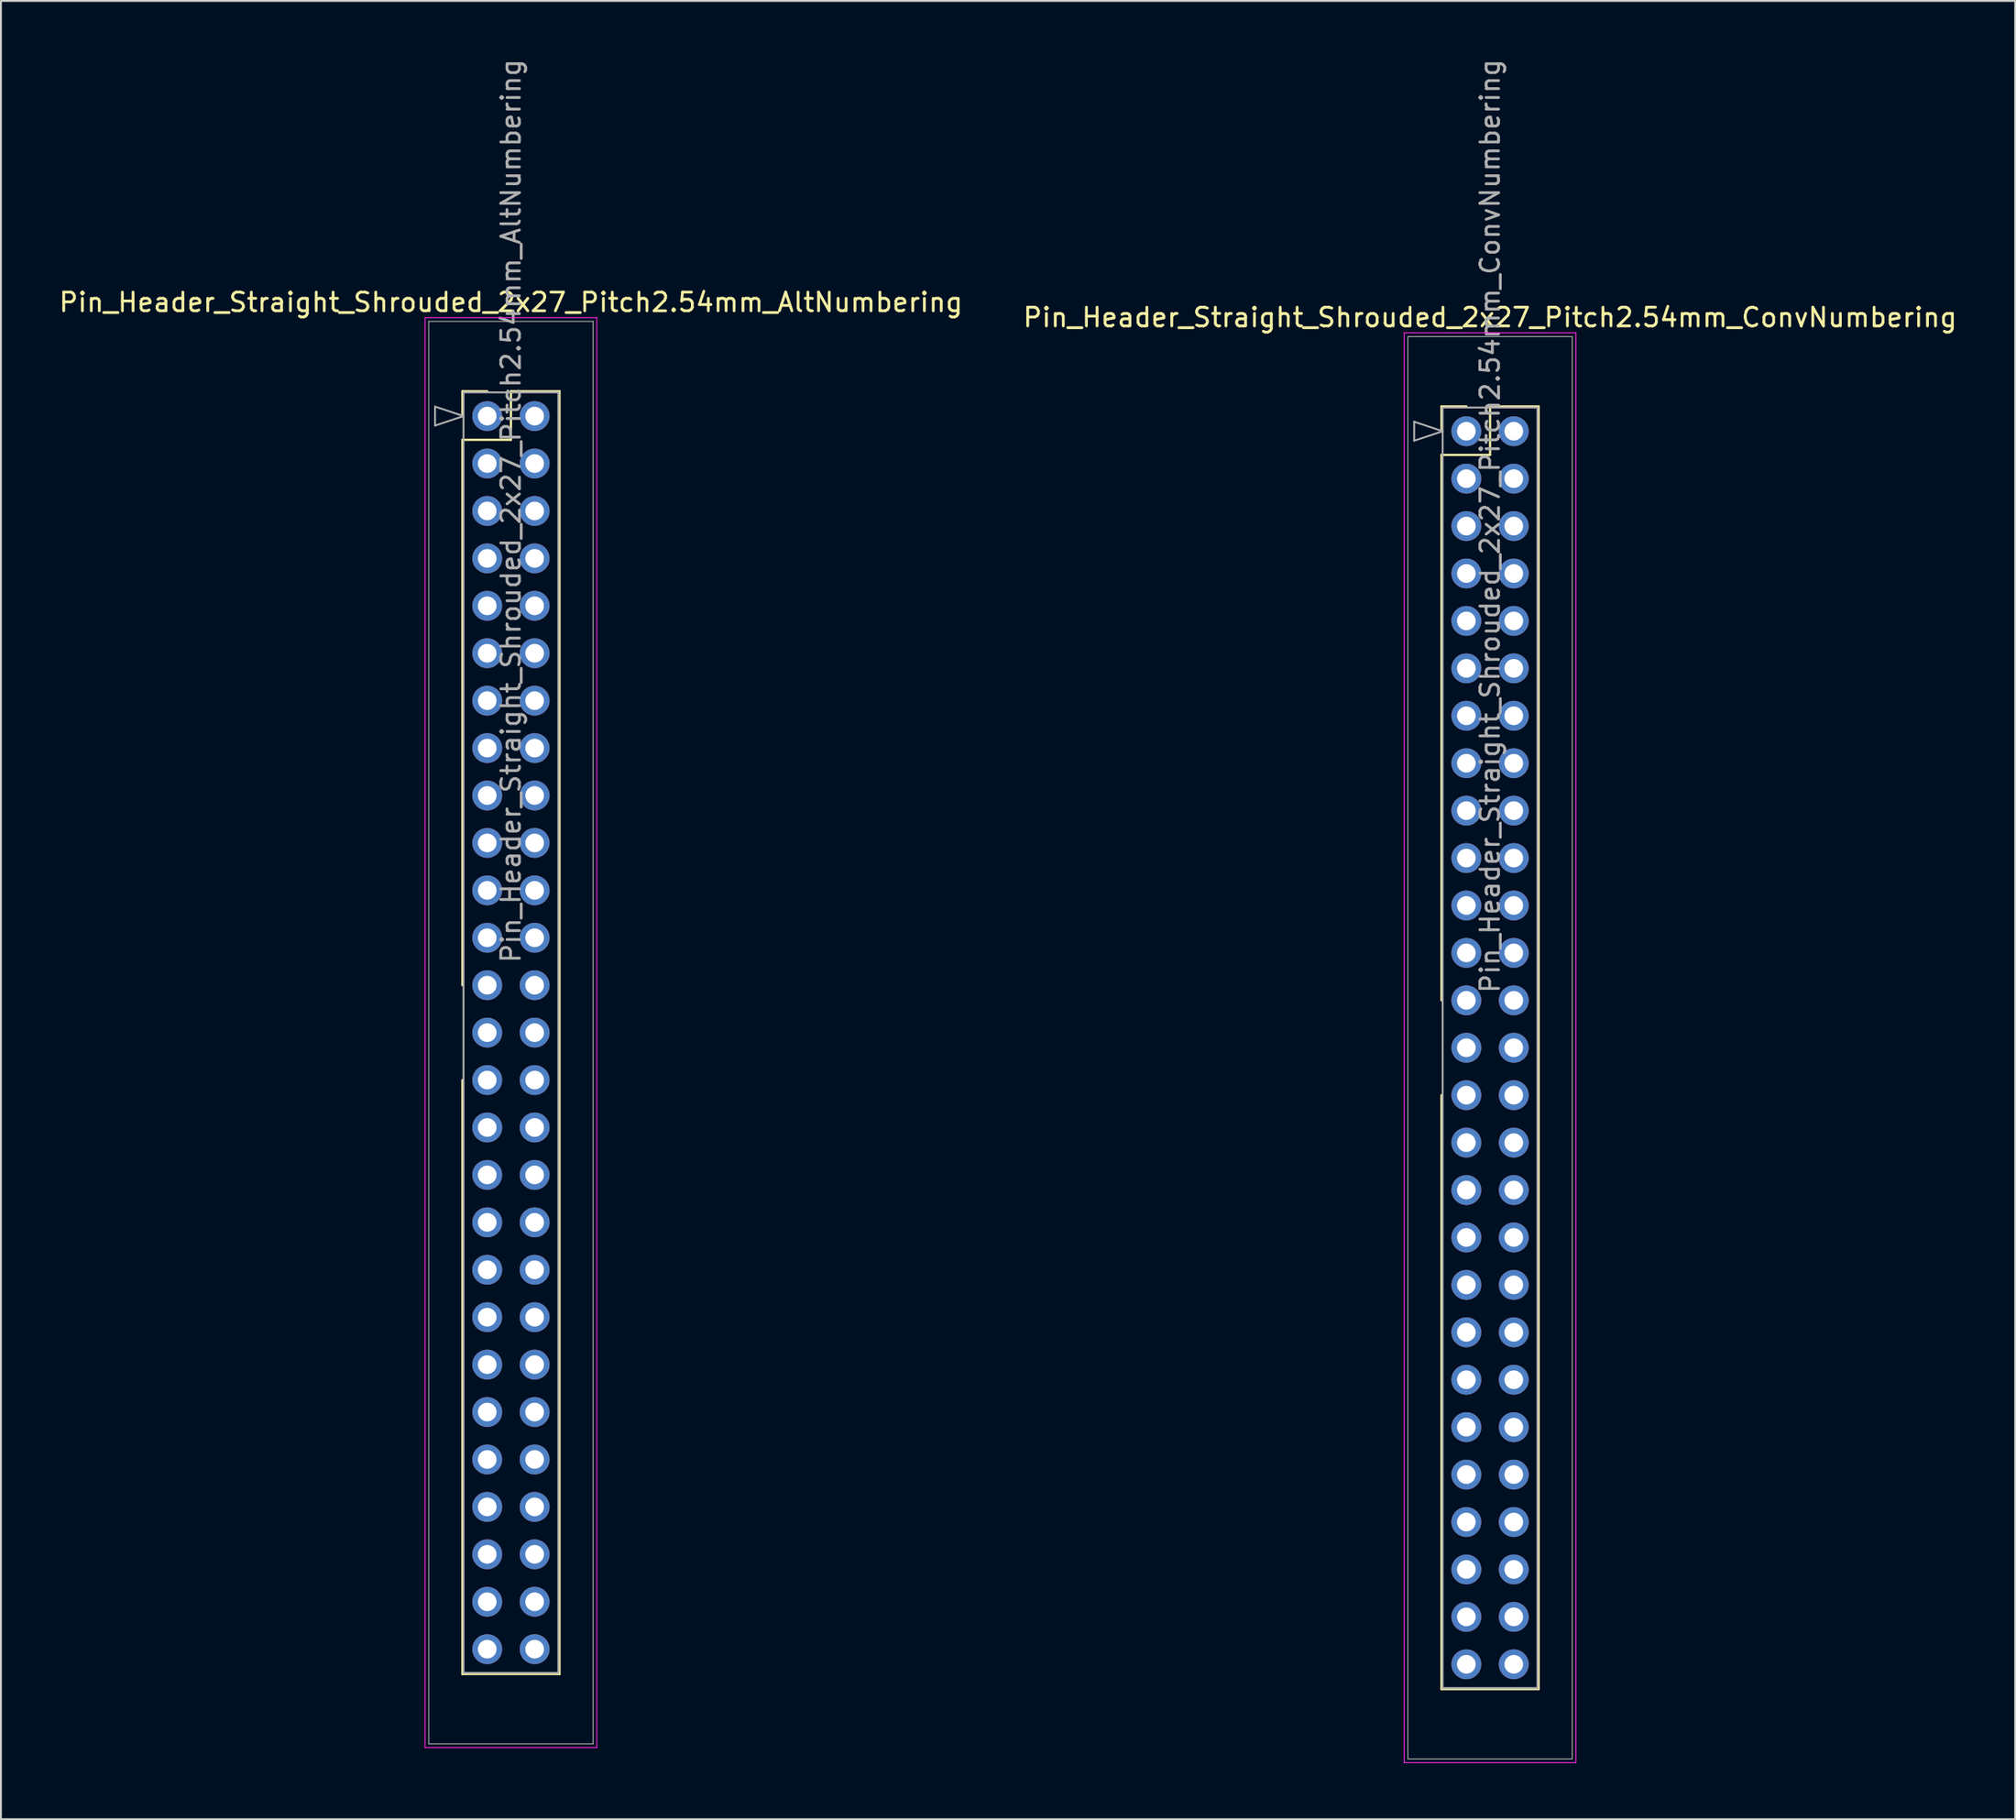
<source format=kicad_pcb>
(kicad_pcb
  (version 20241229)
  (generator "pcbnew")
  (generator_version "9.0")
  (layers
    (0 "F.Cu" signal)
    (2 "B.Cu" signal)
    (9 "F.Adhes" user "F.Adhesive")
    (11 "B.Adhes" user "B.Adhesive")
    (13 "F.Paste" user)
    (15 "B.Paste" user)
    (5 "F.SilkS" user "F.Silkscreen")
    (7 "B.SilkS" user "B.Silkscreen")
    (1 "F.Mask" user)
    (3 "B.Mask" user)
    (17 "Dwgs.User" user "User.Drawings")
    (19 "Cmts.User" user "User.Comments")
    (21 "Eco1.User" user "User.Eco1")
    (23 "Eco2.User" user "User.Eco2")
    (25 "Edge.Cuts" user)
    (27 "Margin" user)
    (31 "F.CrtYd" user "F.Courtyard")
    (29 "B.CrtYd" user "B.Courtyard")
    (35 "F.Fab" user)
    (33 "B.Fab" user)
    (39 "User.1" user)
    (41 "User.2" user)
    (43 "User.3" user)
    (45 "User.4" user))
  (footprint "Pin_Header_Straight_Shrouded_2x27_Pitch2.54mm_ConvNumbering"
    (layer "F.Cu")
    (at 75.486 20.045)
    (property "Reference" "Pin_Header_Straight_Shrouded_2x27_Pitch2.54mm_ConvNumbering" (at 1.27 -6.096 0) (layer "F.SilkS") (effects (font (size 1 1) (thickness 0.15))))
    (attr through_hole)
    (fp_line (start -1.33 -1.33) (end 0 -1.33) (stroke (width 0.12) (type solid)) (layer "F.SilkS"))
    (fp_line (start -1.33 0) (end -1.33 -1.33) (stroke (width 0.12) (type solid)) (layer "F.SilkS"))
    (fp_line (start -1.33 1.27) (end -1.33 30.48) (stroke (width 0.12) (type solid)) (layer "F.SilkS"))
    (fp_line (start -1.33 1.27) (end 1.27 1.27) (stroke (width 0.12) (type solid)) (layer "F.SilkS"))
    (fp_line (start -1.33 35.56) (end -1.33 67.37) (stroke (width 0.12) (type solid)) (layer "F.SilkS"))
    (fp_line (start -1.33 67.37) (end 3.87 67.37) (stroke (width 0.12) (type solid)) (layer "F.SilkS"))
    (fp_line (start 1.27 -1.33) (end 3.87 -1.33) (stroke (width 0.12) (type solid)) (layer "F.SilkS"))
    (fp_line (start 1.27 1.27) (end 1.27 -1.33) (stroke (width 0.12) (type solid)) (layer "F.SilkS"))
    (fp_line (start 3.87 -1.33) (end 3.87 67.37) (stroke (width 0.12) (type solid)) (layer "F.SilkS"))
    (fp_line (start -3.33 -5.27) (end -3.33 71.31) (stroke (width 0.05) (type solid)) (layer "F.CrtYd"))
    (fp_line (start -3.33 71.31) (end 5.87 71.31) (stroke (width 0.05) (type solid)) (layer "F.CrtYd"))
    (fp_line (start 5.87 -5.27) (end -3.33 -5.27) (stroke (width 0.05) (type solid)) (layer "F.CrtYd"))
    (fp_line (start 5.87 71.31) (end 5.87 -5.27) (stroke (width 0.05) (type solid)) (layer "F.CrtYd"))
    (fp_line (start -3.13 -5.07) (end -3.13 71.11) (stroke (width 0.05) (type solid)) (layer "F.Fab"))
    (fp_line (start -3.13 71.11) (end 5.67 71.11) (stroke (width 0.05) (type solid)) (layer "F.Fab"))
    (fp_line (start -2.794 -0.508) (end -1.27 0) (stroke (width 0.1) (type solid)) (layer "F.Fab"))
    (fp_line (start -2.794 0.508) (end -2.794 -0.508) (stroke (width 0.1) (type solid)) (layer "F.Fab"))
    (fp_line (start -1.27 -1.27) (end -1.27 67.31) (stroke (width 0.1) (type solid)) (layer "F.Fab"))
    (fp_line (start -1.27 0) (end -2.794 0.508) (stroke (width 0.1) (type solid)) (layer "F.Fab"))
    (fp_line (start -1.27 67.31) (end 3.81 67.31) (stroke (width 0.1) (type solid)) (layer "F.Fab"))
    (fp_line (start 3.81 -1.27) (end -1.27 -1.27) (stroke (width 0.1) (type solid)) (layer "F.Fab"))
    (fp_line (start 3.81 67.31) (end 3.81 -1.27) (stroke (width 0.1) (type solid)) (layer "F.Fab"))
    (fp_line (start 5.67 -5.07) (end -3.13 -5.07) (stroke (width 0.05) (type solid)) (layer "F.Fab"))
    (fp_line (start 5.67 71.11) (end 5.67 -5.07) (stroke (width 0.05) (type solid)) (layer "F.Fab"))
    (fp_text user "${REFERENCE}" (at 1.27 5.08 90) (layer "F.Fab") (effects (font (size 1 1) (thickness 0.15))))
    (pad "1" thru_hole oval (at 0 0) (size 1.6 1.6) (drill 1) (layers "*.Cu" "*.Mask"))
    (pad "2" thru_hole oval (at 2.54 0) (size 1.6 1.6) (drill 1) (layers "*.Cu" "*.Mask"))
    (pad "3" thru_hole oval (at 0 2.54) (size 1.6 1.6) (drill 1) (layers "*.Cu" "*.Mask"))
    (pad "4" thru_hole oval (at 2.54 2.54) (size 1.6 1.6) (drill 1) (layers "*.Cu" "*.Mask"))
    (pad "5" thru_hole oval (at 0 5.08) (size 1.6 1.6) (drill 1) (layers "*.Cu" "*.Mask"))
    (pad "6" thru_hole oval (at 2.54 5.08) (size 1.6 1.6) (drill 1) (layers "*.Cu" "*.Mask"))
    (pad "7" thru_hole oval (at 0 7.62) (size 1.6 1.6) (drill 1) (layers "*.Cu" "*.Mask"))
    (pad "8" thru_hole oval (at 2.54 7.62) (size 1.6 1.6) (drill 1) (layers "*.Cu" "*.Mask"))
    (pad "9" thru_hole oval (at 0 10.16) (size 1.6 1.6) (drill 1) (layers "*.Cu" "*.Mask"))
    (pad "10" thru_hole oval (at 2.54 10.16) (size 1.6 1.6) (drill 1) (layers "*.Cu" "*.Mask"))
    (pad "11" thru_hole oval (at 0 12.7) (size 1.6 1.6) (drill 1) (layers "*.Cu" "*.Mask"))
    (pad "12" thru_hole oval (at 2.54 12.7) (size 1.6 1.6) (drill 1) (layers "*.Cu" "*.Mask"))
    (pad "13" thru_hole oval (at 0 15.24) (size 1.6 1.6) (drill 1) (layers "*.Cu" "*.Mask"))
    (pad "14" thru_hole oval (at 2.54 15.24) (size 1.6 1.6) (drill 1) (layers "*.Cu" "*.Mask"))
    (pad "15" thru_hole oval (at 0 17.78) (size 1.6 1.6) (drill 1) (layers "*.Cu" "*.Mask"))
    (pad "16" thru_hole oval (at 2.54 17.78) (size 1.6 1.6) (drill 1) (layers "*.Cu" "*.Mask"))
    (pad "17" thru_hole oval (at 0 20.32) (size 1.6 1.6) (drill 1) (layers "*.Cu" "*.Mask"))
    (pad "18" thru_hole oval (at 2.54 20.32) (size 1.6 1.6) (drill 1) (layers "*.Cu" "*.Mask"))
    (pad "19" thru_hole oval (at 0 22.86) (size 1.6 1.6) (drill 1) (layers "*.Cu" "*.Mask"))
    (pad "20" thru_hole oval (at 2.54 22.86) (size 1.6 1.6) (drill 1) (layers "*.Cu" "*.Mask"))
    (pad "21" thru_hole oval (at 0 25.4) (size 1.6 1.6) (drill 1) (layers "*.Cu" "*.Mask"))
    (pad "22" thru_hole oval (at 2.54 25.4) (size 1.6 1.6) (drill 1) (layers "*.Cu" "*.Mask"))
    (pad "23" thru_hole oval (at 0 27.94) (size 1.6 1.6) (drill 1) (layers "*.Cu" "*.Mask"))
    (pad "24" thru_hole oval (at 2.54 27.94) (size 1.6 1.6) (drill 1) (layers "*.Cu" "*.Mask"))
    (pad "25" thru_hole oval (at 0 30.48) (size 1.6 1.6) (drill 1) (layers "*.Cu" "*.Mask"))
    (pad "26" thru_hole oval (at 2.54 30.48) (size 1.6 1.6) (drill 1) (layers "*.Cu" "*.Mask"))
    (pad "27" thru_hole oval (at 0 33.02) (size 1.6 1.6) (drill 1) (layers "*.Cu" "*.Mask"))
    (pad "28" thru_hole oval (at 2.54 33.02) (size 1.6 1.6) (drill 1) (layers "*.Cu" "*.Mask"))
    (pad "29" thru_hole oval (at 0 35.56) (size 1.6 1.6) (drill 1) (layers "*.Cu" "*.Mask"))
    (pad "30" thru_hole oval (at 2.54 35.56) (size 1.6 1.6) (drill 1) (layers "*.Cu" "*.Mask"))
    (pad "31" thru_hole oval (at 0 38.1) (size 1.6 1.6) (drill 1) (layers "*.Cu" "*.Mask"))
    (pad "32" thru_hole oval (at 2.54 38.1) (size 1.6 1.6) (drill 1) (layers "*.Cu" "*.Mask"))
    (pad "33" thru_hole oval (at 0 40.64) (size 1.6 1.6) (drill 1) (layers "*.Cu" "*.Mask"))
    (pad "34" thru_hole oval (at 2.54 40.64) (size 1.6 1.6) (drill 1) (layers "*.Cu" "*.Mask"))
    (pad "35" thru_hole oval (at 0 43.18) (size 1.6 1.6) (drill 1) (layers "*.Cu" "*.Mask"))
    (pad "36" thru_hole oval (at 2.54 43.18) (size 1.6 1.6) (drill 1) (layers "*.Cu" "*.Mask"))
    (pad "37" thru_hole oval (at 0 45.72) (size 1.6 1.6) (drill 1) (layers "*.Cu" "*.Mask"))
    (pad "38" thru_hole oval (at 2.54 45.72) (size 1.6 1.6) (drill 1) (layers "*.Cu" "*.Mask"))
    (pad "39" thru_hole oval (at 0 48.26) (size 1.6 1.6) (drill 1) (layers "*.Cu" "*.Mask"))
    (pad "40" thru_hole oval (at 2.54 48.26) (size 1.6 1.6) (drill 1) (layers "*.Cu" "*.Mask"))
    (pad "41" thru_hole oval (at 0 50.8) (size 1.6 1.6) (drill 1) (layers "*.Cu" "*.Mask"))
    (pad "42" thru_hole oval (at 2.54 50.8) (size 1.6 1.6) (drill 1) (layers "*.Cu" "*.Mask"))
    (pad "43" thru_hole oval (at 0 53.34) (size 1.6 1.6) (drill 1) (layers "*.Cu" "*.Mask"))
    (pad "44" thru_hole oval (at 2.54 53.34) (size 1.6 1.6) (drill 1) (layers "*.Cu" "*.Mask"))
    (pad "45" thru_hole oval (at 0 55.88) (size 1.6 1.6) (drill 1) (layers "*.Cu" "*.Mask"))
    (pad "46" thru_hole oval (at 2.54 55.88) (size 1.6 1.6) (drill 1) (layers "*.Cu" "*.Mask"))
    (pad "47" thru_hole oval (at 0 58.42) (size 1.6 1.6) (drill 1) (layers "*.Cu" "*.Mask"))
    (pad "48" thru_hole oval (at 2.54 58.42) (size 1.6 1.6) (drill 1) (layers "*.Cu" "*.Mask"))
    (pad "49" thru_hole oval (at 0 60.96) (size 1.6 1.6) (drill 1) (layers "*.Cu" "*.Mask"))
    (pad "50" thru_hole oval (at 2.54 60.96) (size 1.6 1.6) (drill 1) (layers "*.Cu" "*.Mask"))
    (pad "51" thru_hole oval (at 0 63.5) (size 1.6 1.6) (drill 1) (layers "*.Cu" "*.Mask"))
    (pad "52" thru_hole oval (at 2.54 63.5) (size 1.6 1.6) (drill 1) (layers "*.Cu" "*.Mask"))
    (pad "53" thru_hole oval (at 0 66.04) (size 1.6 1.6) (drill 1) (layers "*.Cu" "*.Mask"))
    (pad "54" thru_hole oval (at 2.54 66.04) (size 1.6 1.6) (drill 1) (layers "*.Cu" "*.Mask")))
  (footprint "Pin_Header_Straight_Shrouded_2x27_Pitch2.54mm_AltNumbering"
    (layer "F.Cu")
    (at 23.045 19.235)
    (property "Reference" "Pin_Header_Straight_Shrouded_2x27_Pitch2.54mm_AltNumbering" (at 1.27 -6.096 0) (layer "F.SilkS") (effects (font (size 1 1) (thickness 0.15))))
    (attr through_hole)
    (fp_line (start -1.33 -1.33) (end 0 -1.33) (stroke (width 0.12) (type solid)) (layer "F.SilkS"))
    (fp_line (start -1.33 0) (end -1.33 -1.33) (stroke (width 0.12) (type solid)) (layer "F.SilkS"))
    (fp_line (start -1.33 1.27) (end -1.33 30.48) (stroke (width 0.12) (type solid)) (layer "F.SilkS"))
    (fp_line (start -1.33 1.27) (end 1.27 1.27) (stroke (width 0.12) (type solid)) (layer "F.SilkS"))
    (fp_line (start -1.33 35.56) (end -1.33 67.37) (stroke (width 0.12) (type solid)) (layer "F.SilkS"))
    (fp_line (start -1.33 67.37) (end 3.87 67.37) (stroke (width 0.12) (type solid)) (layer "F.SilkS"))
    (fp_line (start 1.27 -1.33) (end 3.87 -1.33) (stroke (width 0.12) (type solid)) (layer "F.SilkS"))
    (fp_line (start 1.27 1.27) (end 1.27 -1.33) (stroke (width 0.12) (type solid)) (layer "F.SilkS"))
    (fp_line (start 3.87 -1.33) (end 3.87 67.37) (stroke (width 0.12) (type solid)) (layer "F.SilkS"))
    (fp_line (start -3.33 -5.27) (end -3.33 71.31) (stroke (width 0.05) (type solid)) (layer "F.CrtYd"))
    (fp_line (start -3.33 71.31) (end 5.87 71.31) (stroke (width 0.05) (type solid)) (layer "F.CrtYd"))
    (fp_line (start 5.87 -5.27) (end -3.33 -5.27) (stroke (width 0.05) (type solid)) (layer "F.CrtYd"))
    (fp_line (start 5.87 71.31) (end 5.87 -5.27) (stroke (width 0.05) (type solid)) (layer "F.CrtYd"))
    (fp_line (start -3.13 -5.07) (end -3.13 71.11) (stroke (width 0.05) (type solid)) (layer "F.Fab"))
    (fp_line (start -3.13 71.11) (end 5.67 71.11) (stroke (width 0.05) (type solid)) (layer "F.Fab"))
    (fp_line (start -2.794 -0.508) (end -1.27 0) (stroke (width 0.1) (type solid)) (layer "F.Fab"))
    (fp_line (start -2.794 0.508) (end -2.794 -0.508) (stroke (width 0.1) (type solid)) (layer "F.Fab"))
    (fp_line (start -1.27 -1.27) (end -1.27 67.31) (stroke (width 0.1) (type solid)) (layer "F.Fab"))
    (fp_line (start -1.27 0) (end -2.794 0.508) (stroke (width 0.1) (type solid)) (layer "F.Fab"))
    (fp_line (start -1.27 67.31) (end 3.81 67.31) (stroke (width 0.1) (type solid)) (layer "F.Fab"))
    (fp_line (start 3.81 -1.27) (end -1.27 -1.27) (stroke (width 0.1) (type solid)) (layer "F.Fab"))
    (fp_line (start 3.81 67.31) (end 3.81 -1.27) (stroke (width 0.1) (type solid)) (layer "F.Fab"))
    (fp_line (start 5.67 -5.07) (end -3.13 -5.07) (stroke (width 0.05) (type solid)) (layer "F.Fab"))
    (fp_line (start 5.67 71.11) (end 5.67 -5.07) (stroke (width 0.05) (type solid)) (layer "F.Fab"))
    (fp_text user "${REFERENCE}" (at 1.27 5.08 90) (layer "F.Fab") (effects (font (size 1 1) (thickness 0.15))))
    (pad "1" thru_hole oval (at 0 0) (size 1.6 1.6) (drill 1) (layers "*.Cu" "*.Mask"))
    (pad "2" thru_hole oval (at 0 2.54) (size 1.6 1.6) (drill 1) (layers "*.Cu" "*.Mask"))
    (pad "3" thru_hole oval (at 0 5.08) (size 1.6 1.6) (drill 1) (layers "*.Cu" "*.Mask"))
    (pad "4" thru_hole oval (at 0 7.62) (size 1.6 1.6) (drill 1) (layers "*.Cu" "*.Mask"))
    (pad "5" thru_hole oval (at 0 10.16) (size 1.6 1.6) (drill 1) (layers "*.Cu" "*.Mask"))
    (pad "6" thru_hole oval (at 0 12.7) (size 1.6 1.6) (drill 1) (layers "*.Cu" "*.Mask"))
    (pad "7" thru_hole oval (at 0 15.24) (size 1.6 1.6) (drill 1) (layers "*.Cu" "*.Mask"))
    (pad "8" thru_hole oval (at 0 17.78) (size 1.6 1.6) (drill 1) (layers "*.Cu" "*.Mask"))
    (pad "9" thru_hole oval (at 0 20.32) (size 1.6 1.6) (drill 1) (layers "*.Cu" "*.Mask"))
    (pad "10" thru_hole oval (at 0 22.86) (size 1.6 1.6) (drill 1) (layers "*.Cu" "*.Mask"))
    (pad "11" thru_hole oval (at 0 25.4) (size 1.6 1.6) (drill 1) (layers "*.Cu" "*.Mask"))
    (pad "12" thru_hole oval (at 0 27.94) (size 1.6 1.6) (drill 1) (layers "*.Cu" "*.Mask"))
    (pad "13" thru_hole oval (at 0 30.48) (size 1.6 1.6) (drill 1) (layers "*.Cu" "*.Mask"))
    (pad "14" thru_hole oval (at 0 33.02) (size 1.6 1.6) (drill 1) (layers "*.Cu" "*.Mask"))
    (pad "15" thru_hole oval (at 0 35.56) (size 1.6 1.6) (drill 1) (layers "*.Cu" "*.Mask"))
    (pad "16" thru_hole oval (at 0 38.1) (size 1.6 1.6) (drill 1) (layers "*.Cu" "*.Mask"))
    (pad "17" thru_hole oval (at 0 40.64) (size 1.6 1.6) (drill 1) (layers "*.Cu" "*.Mask"))
    (pad "18" thru_hole oval (at 0 43.18) (size 1.6 1.6) (drill 1) (layers "*.Cu" "*.Mask"))
    (pad "19" thru_hole oval (at 0 45.72) (size 1.6 1.6) (drill 1) (layers "*.Cu" "*.Mask"))
    (pad "20" thru_hole oval (at 0 48.26) (size 1.6 1.6) (drill 1) (layers "*.Cu" "*.Mask"))
    (pad "21" thru_hole oval (at 0 50.8) (size 1.6 1.6) (drill 1) (layers "*.Cu" "*.Mask"))
    (pad "22" thru_hole oval (at 0 53.34) (size 1.6 1.6) (drill 1) (layers "*.Cu" "*.Mask"))
    (pad "23" thru_hole oval (at 0 55.88) (size 1.6 1.6) (drill 1) (layers "*.Cu" "*.Mask"))
    (pad "24" thru_hole oval (at 0 58.42) (size 1.6 1.6) (drill 1) (layers "*.Cu" "*.Mask"))
    (pad "25" thru_hole oval (at 0 60.96) (size 1.6 1.6) (drill 1) (layers "*.Cu" "*.Mask"))
    (pad "26" thru_hole oval (at 0 63.5) (size 1.6 1.6) (drill 1) (layers "*.Cu" "*.Mask"))
    (pad "27" thru_hole oval (at 0 66.04) (size 1.6 1.6) (drill 1) (layers "*.Cu" "*.Mask"))
    (pad "28" thru_hole oval (at 2.54 0) (size 1.6 1.6) (drill 1) (layers "*.Cu" "*.Mask"))
    (pad "29" thru_hole oval (at 2.54 2.54) (size 1.6 1.6) (drill 1) (layers "*.Cu" "*.Mask"))
    (pad "30" thru_hole oval (at 2.54 5.08) (size 1.6 1.6) (drill 1) (layers "*.Cu" "*.Mask"))
    (pad "31" thru_hole oval (at 2.54 7.62) (size 1.6 1.6) (drill 1) (layers "*.Cu" "*.Mask"))
    (pad "32" thru_hole oval (at 2.54 10.16) (size 1.6 1.6) (drill 1) (layers "*.Cu" "*.Mask"))
    (pad "33" thru_hole oval (at 2.54 12.7) (size 1.6 1.6) (drill 1) (layers "*.Cu" "*.Mask"))
    (pad "34" thru_hole oval (at 2.54 15.24) (size 1.6 1.6) (drill 1) (layers "*.Cu" "*.Mask"))
    (pad "35" thru_hole oval (at 2.54 17.78) (size 1.6 1.6) (drill 1) (layers "*.Cu" "*.Mask"))
    (pad "36" thru_hole oval (at 2.54 20.32) (size 1.6 1.6) (drill 1) (layers "*.Cu" "*.Mask"))
    (pad "37" thru_hole oval (at 2.54 22.86) (size 1.6 1.6) (drill 1) (layers "*.Cu" "*.Mask"))
    (pad "38" thru_hole oval (at 2.54 25.4) (size 1.6 1.6) (drill 1) (layers "*.Cu" "*.Mask"))
    (pad "39" thru_hole oval (at 2.54 27.94) (size 1.6 1.6) (drill 1) (layers "*.Cu" "*.Mask"))
    (pad "40" thru_hole oval (at 2.54 30.48) (size 1.6 1.6) (drill 1) (layers "*.Cu" "*.Mask"))
    (pad "41" thru_hole oval (at 2.54 33.02) (size 1.6 1.6) (drill 1) (layers "*.Cu" "*.Mask"))
    (pad "42" thru_hole oval (at 2.54 35.56) (size 1.6 1.6) (drill 1) (layers "*.Cu" "*.Mask"))
    (pad "43" thru_hole oval (at 2.54 38.1) (size 1.6 1.6) (drill 1) (layers "*.Cu" "*.Mask"))
    (pad "44" thru_hole oval (at 2.54 40.64) (size 1.6 1.6) (drill 1) (layers "*.Cu" "*.Mask"))
    (pad "45" thru_hole oval (at 2.54 43.18) (size 1.6 1.6) (drill 1) (layers "*.Cu" "*.Mask"))
    (pad "46" thru_hole oval (at 2.54 45.72) (size 1.6 1.6) (drill 1) (layers "*.Cu" "*.Mask"))
    (pad "47" thru_hole oval (at 2.54 48.26) (size 1.6 1.6) (drill 1) (layers "*.Cu" "*.Mask"))
    (pad "48" thru_hole oval (at 2.54 50.8) (size 1.6 1.6) (drill 1) (layers "*.Cu" "*.Mask"))
    (pad "49" thru_hole oval (at 2.54 53.34) (size 1.6 1.6) (drill 1) (layers "*.Cu" "*.Mask"))
    (pad "50" thru_hole oval (at 2.54 55.88) (size 1.6 1.6) (drill 1) (layers "*.Cu" "*.Mask"))
    (pad "51" thru_hole oval (at 2.54 58.42) (size 1.6 1.6) (drill 1) (layers "*.Cu" "*.Mask"))
    (pad "52" thru_hole oval (at 2.54 60.96) (size 1.6 1.6) (drill 1) (layers "*.Cu" "*.Mask"))
    (pad "53" thru_hole oval (at 2.54 63.5) (size 1.6 1.6) (drill 1) (layers "*.Cu" "*.Mask"))
    (pad "54" thru_hole oval (at 2.54 66.04) (size 1.6 1.6) (drill 1) (layers "*.Cu" "*.Mask")))
  (gr_rect
    (start -3 -3)
    (end 104.881 94.38)
    (stroke (width 0.1) (type default))
    (fill no)
    (layer "Edge.Cuts")))
</source>
